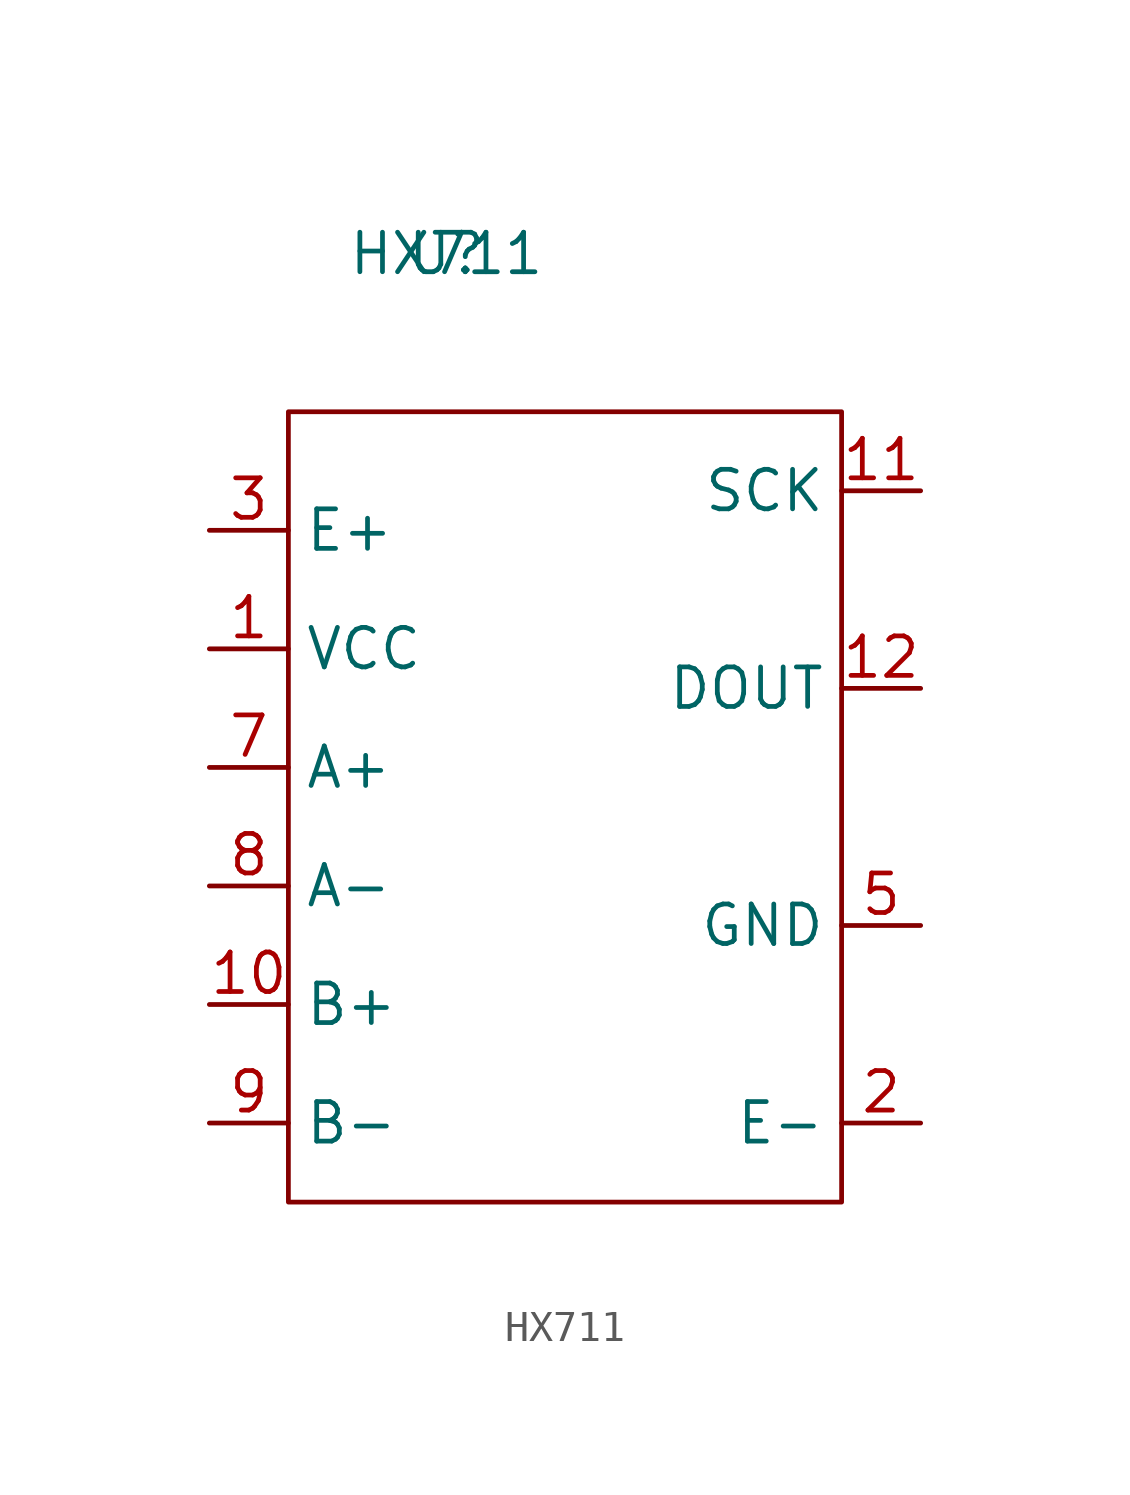
<source format=kicad_sym>
(kicad_symbol_lib
  (version 20211014)
  (generator kicad_symbol_editor)
  (symbol "HX711"
    (property "Reference" "U"
      (at 0 5.08 0)
      (effects (font (size 1.27 1.27))))
    (property "Value" "HX711"
      (at 0 5.08 0)
      (effects (font (size 1.27 1.27))))
    (symbol "HX711_0_1"
      (rectangle (start -5.08 0) (end 12.7 -25.4) (stroke (width 0) (type default) (color 0 0 0 0)) (fill (type none))))
    (symbol "HX711_1_1"
      (pin power_in line (at -7.62 -7.62 0) (length 2.54) (name "VCC" (effects (font (size 1.27 1.27)))) (number "1" (effects (font (size 1.27 1.27)))))
      (pin input line (at -7.62 -19.05 0) (length 2.54) (name "B+" (effects (font (size 1.27 1.27)))) (number "10" (effects (font (size 1.27 1.27)))))
      (pin input line (at 15.24 -2.54 180) (length 2.54) (name "SCK" (effects (font (size 1.27 1.27)))) (number "11" (effects (font (size 1.27 1.27)))))
      (pin output line (at 15.24 -8.89 180) (length 2.54) (name "DOUT" (effects (font (size 1.27 1.27)))) (number "12" (effects (font (size 1.27 1.27)))))
      (pin power_in line (at 15.24 -22.86 180) (length 2.54) (name "E-" (effects (font (size 1.27 1.27)))) (number "2" (effects (font (size 1.27 1.27)))))
      (pin power_in line (at -7.62 -3.81 0) (length 2.54) (name "E+" (effects (font (size 1.27 1.27)))) (number "3" (effects (font (size 1.27 1.27)))))
      (pin power_in line (at 15.24 -16.51 180) (length 2.54) (name "GND" (effects (font (size 1.27 1.27)))) (number "5" (effects (font (size 1.27 1.27)))))
      (pin input line (at -7.62 -11.43 0) (length 2.54) (name "A+" (effects (font (size 1.27 1.27)))) (number "7" (effects (font (size 1.27 1.27)))))
      (pin input line (at -7.62 -15.24 0) (length 2.54) (name "A-" (effects (font (size 1.27 1.27)))) (number "8" (effects (font (size 1.27 1.27)))))
      (pin input line (at -7.62 -22.86 0) (length 2.54) (name "B-" (effects (font (size 1.27 1.27)))) (number "9" (effects (font (size 1.27 1.27))))))))
</source>
